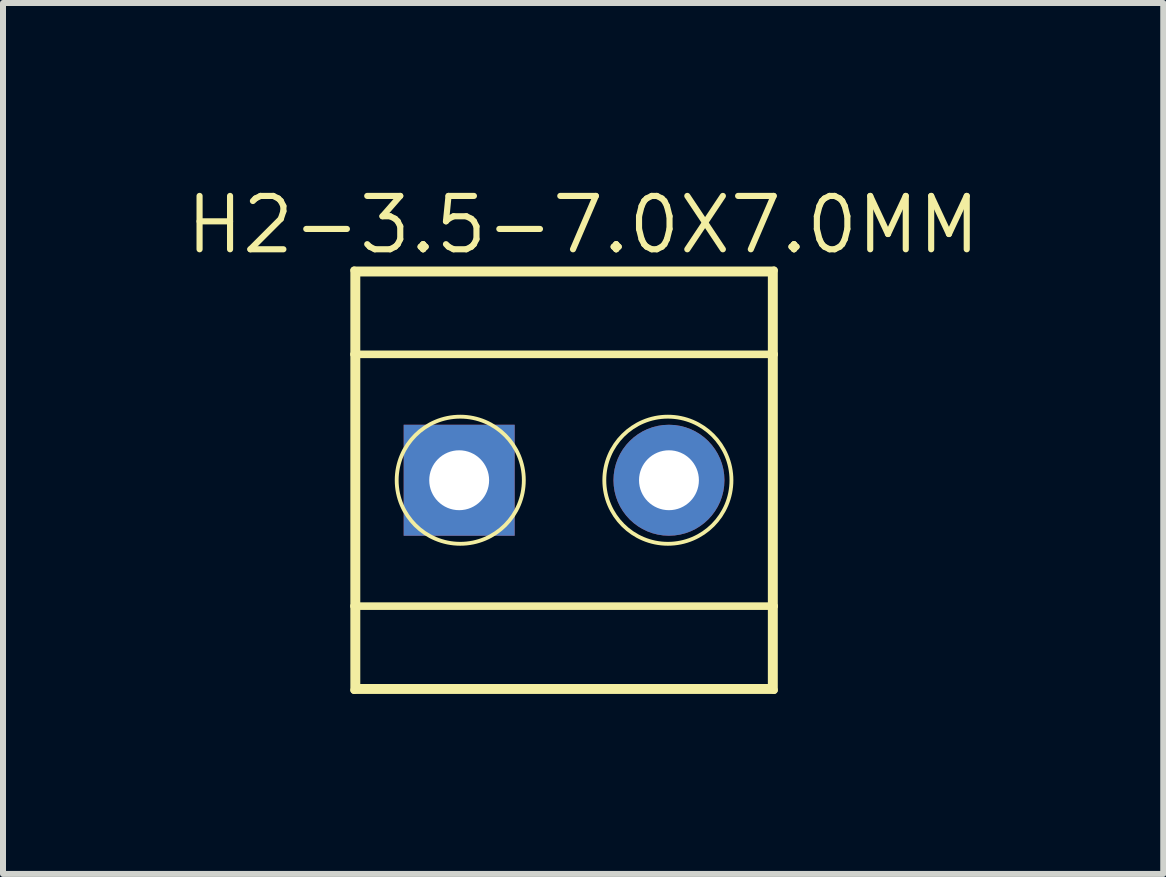
<source format=kicad_pcb>
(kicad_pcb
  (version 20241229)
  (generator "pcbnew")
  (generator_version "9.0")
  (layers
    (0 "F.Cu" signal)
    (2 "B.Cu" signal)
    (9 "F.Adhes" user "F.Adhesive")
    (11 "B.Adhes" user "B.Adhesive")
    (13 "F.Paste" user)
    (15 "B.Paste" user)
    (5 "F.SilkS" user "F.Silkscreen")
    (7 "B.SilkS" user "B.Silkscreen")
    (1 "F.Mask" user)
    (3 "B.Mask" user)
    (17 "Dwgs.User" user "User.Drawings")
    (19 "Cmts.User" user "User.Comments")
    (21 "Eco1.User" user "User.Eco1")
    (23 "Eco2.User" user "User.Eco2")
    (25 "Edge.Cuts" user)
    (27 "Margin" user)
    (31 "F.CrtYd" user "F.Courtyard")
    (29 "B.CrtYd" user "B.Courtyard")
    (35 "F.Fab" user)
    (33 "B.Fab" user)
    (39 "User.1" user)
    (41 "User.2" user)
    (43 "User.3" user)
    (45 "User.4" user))
  (footprint "H2-3.5-7.0X7.0MM"
    (layer "F.Cu")
    (at 6.35 4.953)
    (property "Reference" "H2-3.5-7.0X7.0MM" (at 0.318 -4.255 0) (layer "F.SilkS") (effects (font (size 0.889 0.889) (thickness 0.102))))
    (attr exclude_from_pos_files exclude_from_bom)
    (fp_line (start -3.498 -3.498) (end 3.498 -3.498) (stroke (width 0.127) (type solid)) (layer "F.SilkS"))
    (fp_line (start -3.498 -2.098) (end -3.498 -3.498) (stroke (width 0.127) (type solid)) (layer "F.SilkS"))
    (fp_line (start -3.498 -2.098) (end 3.498 -2.098) (stroke (width 0.127) (type solid)) (layer "F.SilkS"))
    (fp_line (start -3.498 2.098) (end -3.498 -2.098) (stroke (width 0.127) (type solid)) (layer "F.SilkS"))
    (fp_line (start -3.498 2.098) (end 3.498 2.098) (stroke (width 0.127) (type solid)) (layer "F.SilkS"))
    (fp_line (start -3.498 3.498) (end -3.498 2.098) (stroke (width 0.127) (type solid)) (layer "F.SilkS"))
    (fp_line (start -3.429 -3.429) (end 3.429 -3.429) (stroke (width 0.066) (type solid)) (layer "F.SilkS"))
    (fp_line (start -3.429 3.429) (end -3.429 -3.429) (stroke (width 0.066) (type solid)) (layer "F.SilkS"))
    (fp_line (start -3.429 3.429) (end 3.429 3.429) (stroke (width 0.066) (type solid)) (layer "F.SilkS"))
    (fp_line (start 3.429 3.429) (end 3.429 -3.429) (stroke (width 0.066) (type solid)) (layer "F.SilkS"))
    (fp_line (start 3.498 -3.498) (end 3.498 -2.098) (stroke (width 0.127) (type solid)) (layer "F.SilkS"))
    (fp_line (start 3.498 -2.098) (end 3.498 2.098) (stroke (width 0.127) (type solid)) (layer "F.SilkS"))
    (fp_line (start 3.498 2.098) (end 3.498 3.498) (stroke (width 0.127) (type solid)) (layer "F.SilkS"))
    (fp_line (start 3.498 3.498) (end -3.498 3.498) (stroke (width 0.127) (type solid)) (layer "F.SilkS"))
    (fp_circle (center -1.73 0) (end -2.479 0.749) (stroke (width 0.064) (type solid)) (fill no) (layer "F.SilkS"))
    (fp_circle (center 1.73 0) (end 2.479 0.749) (stroke (width 0.064) (type solid)) (fill no) (layer "F.SilkS"))
    (pad "1" thru_hole rect (at -1.748 0) (size 1.849 1.849) (drill 0.998) (layers "*.Cu" "*.Paste" "*.Mask"))
    (pad "2" thru_hole circle (at 1.748 0) (size 1.849 1.849) (drill 0.998) (layers "*.Cu" "*.Paste" "*.Mask")))
  (gr_rect
    (start -3 -3)
    (end 16.335 11.514)
    (stroke (width 0.1) (type default))
    (fill no)
    (layer "Edge.Cuts")))
</source>
